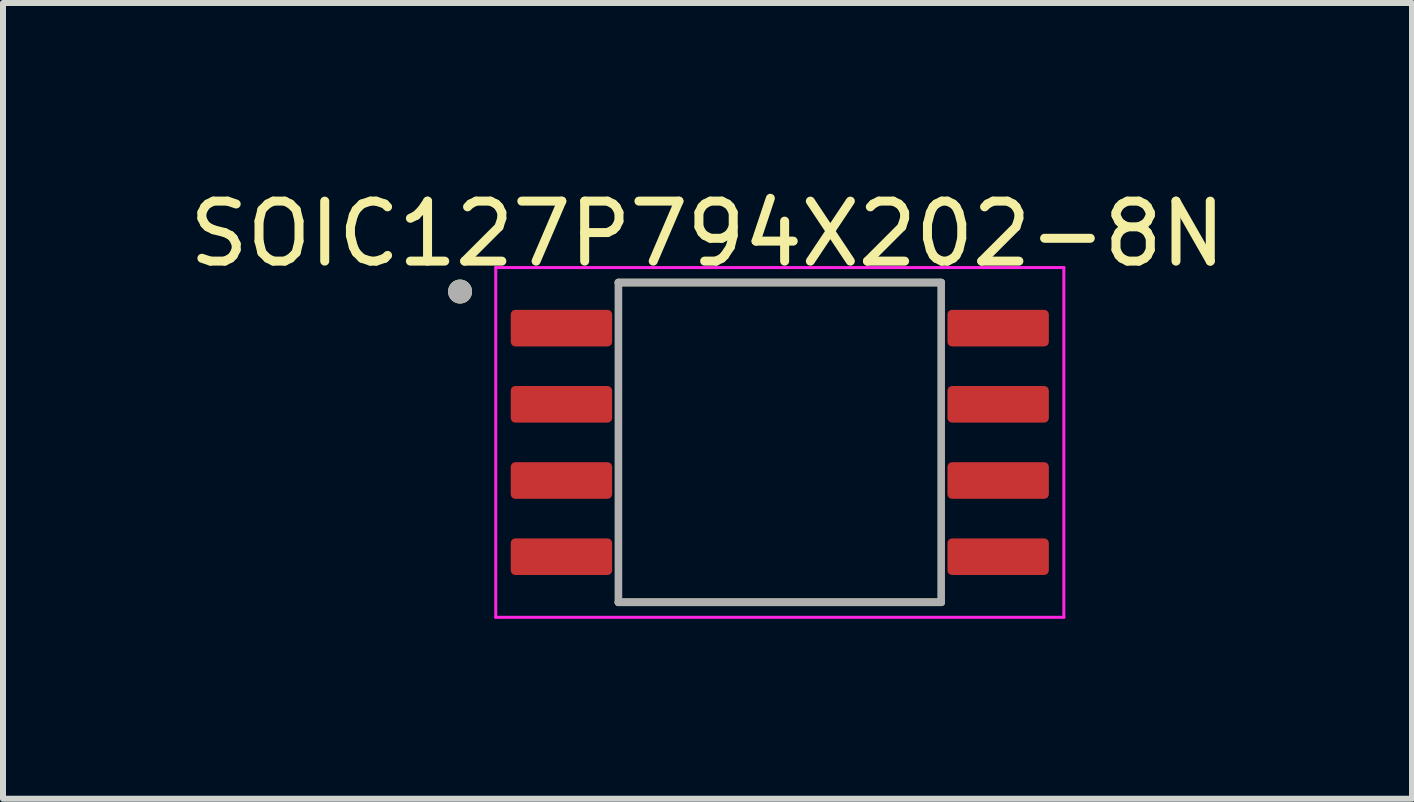
<source format=kicad_pcb>
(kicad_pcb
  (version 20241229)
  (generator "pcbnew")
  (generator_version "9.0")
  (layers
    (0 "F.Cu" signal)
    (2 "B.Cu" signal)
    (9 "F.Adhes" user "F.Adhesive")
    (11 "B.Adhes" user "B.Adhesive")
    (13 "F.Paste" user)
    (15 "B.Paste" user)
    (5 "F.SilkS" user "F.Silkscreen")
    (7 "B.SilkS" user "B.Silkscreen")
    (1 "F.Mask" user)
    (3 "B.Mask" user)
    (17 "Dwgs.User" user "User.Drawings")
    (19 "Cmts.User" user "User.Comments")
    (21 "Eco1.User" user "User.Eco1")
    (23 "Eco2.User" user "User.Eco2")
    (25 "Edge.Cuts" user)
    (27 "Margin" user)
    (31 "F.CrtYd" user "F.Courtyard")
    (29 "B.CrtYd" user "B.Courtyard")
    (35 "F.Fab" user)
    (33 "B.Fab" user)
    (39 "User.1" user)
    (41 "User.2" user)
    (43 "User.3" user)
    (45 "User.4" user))
  (footprint "SOIC127P794X202-8N"
    (layer "F.Cu")
    (at 9.949 4.325)
    (property "Reference" "SOIC127P794X202-8N" (at -1.205 -3.477 0) (layer "F.SilkS") (effects (font (size 1 1) (thickness 0.15))))
    (attr smd)
    (fp_line (start -2.69 -2.665) (end 2.69 -2.665) (stroke (width 0.127) (type solid)) (layer "F.SilkS"))
    (fp_line (start -2.69 2.665) (end 2.69 2.665) (stroke (width 0.127) (type solid)) (layer "F.SilkS"))
    (fp_circle (center -5.33 -2.515) (end -5.23 -2.515) (stroke (width 0.2) (type solid)) (fill no) (layer "F.SilkS"))
    (fp_line (start -4.735 -2.915) (end -4.735 2.915) (stroke (width 0.05) (type solid)) (layer "F.CrtYd"))
    (fp_line (start -4.735 -2.915) (end 4.735 -2.915) (stroke (width 0.05) (type solid)) (layer "F.CrtYd"))
    (fp_line (start -4.735 2.915) (end 4.735 2.915) (stroke (width 0.05) (type solid)) (layer "F.CrtYd"))
    (fp_line (start 4.735 -2.915) (end 4.735 2.915) (stroke (width 0.05) (type solid)) (layer "F.CrtYd"))
    (fp_line (start -2.69 -2.665) (end -2.69 2.665) (stroke (width 0.127) (type solid)) (layer "F.Fab"))
    (fp_line (start -2.69 -2.665) (end 2.69 -2.665) (stroke (width 0.127) (type solid)) (layer "F.Fab"))
    (fp_line (start -2.69 2.665) (end 2.69 2.665) (stroke (width 0.127) (type solid)) (layer "F.Fab"))
    (fp_line (start 2.69 -2.665) (end 2.69 2.665) (stroke (width 0.127) (type solid)) (layer "F.Fab"))
    (fp_circle (center -5.33 -2.515) (end -5.23 -2.515) (stroke (width 0.2) (type solid)) (fill no) (layer "F.Fab"))
    (pad "1" smd roundrect (at -3.64 -1.905) (size 1.69 0.61) (layers "F.Cu" "F.Mask" "F.Paste") (roundrect_rratio 0.125))
    (pad "2" smd roundrect (at -3.64 -0.635) (size 1.69 0.61) (layers "F.Cu" "F.Mask" "F.Paste") (roundrect_rratio 0.125))
    (pad "3" smd roundrect (at -3.64 0.635) (size 1.69 0.61) (layers "F.Cu" "F.Mask" "F.Paste") (roundrect_rratio 0.125))
    (pad "4" smd roundrect (at -3.64 1.905) (size 1.69 0.61) (layers "F.Cu" "F.Mask" "F.Paste") (roundrect_rratio 0.125))
    (pad "5" smd roundrect (at 3.64 1.905) (size 1.69 0.61) (layers "F.Cu" "F.Mask" "F.Paste") (roundrect_rratio 0.125))
    (pad "6" smd roundrect (at 3.64 0.635) (size 1.69 0.61) (layers "F.Cu" "F.Mask" "F.Paste") (roundrect_rratio 0.125))
    (pad "7" smd roundrect (at 3.64 -0.635) (size 1.69 0.61) (layers "F.Cu" "F.Mask" "F.Paste") (roundrect_rratio 0.125))
    (pad "8" smd roundrect (at 3.64 -1.905) (size 1.69 0.61) (layers "F.Cu" "F.Mask" "F.Paste") (roundrect_rratio 0.125)))
  (gr_rect
    (start -3 -3)
    (end 20.488 10.265)
    (stroke (width 0.1) (type default))
    (fill no)
    (layer "Edge.Cuts")))
</source>
